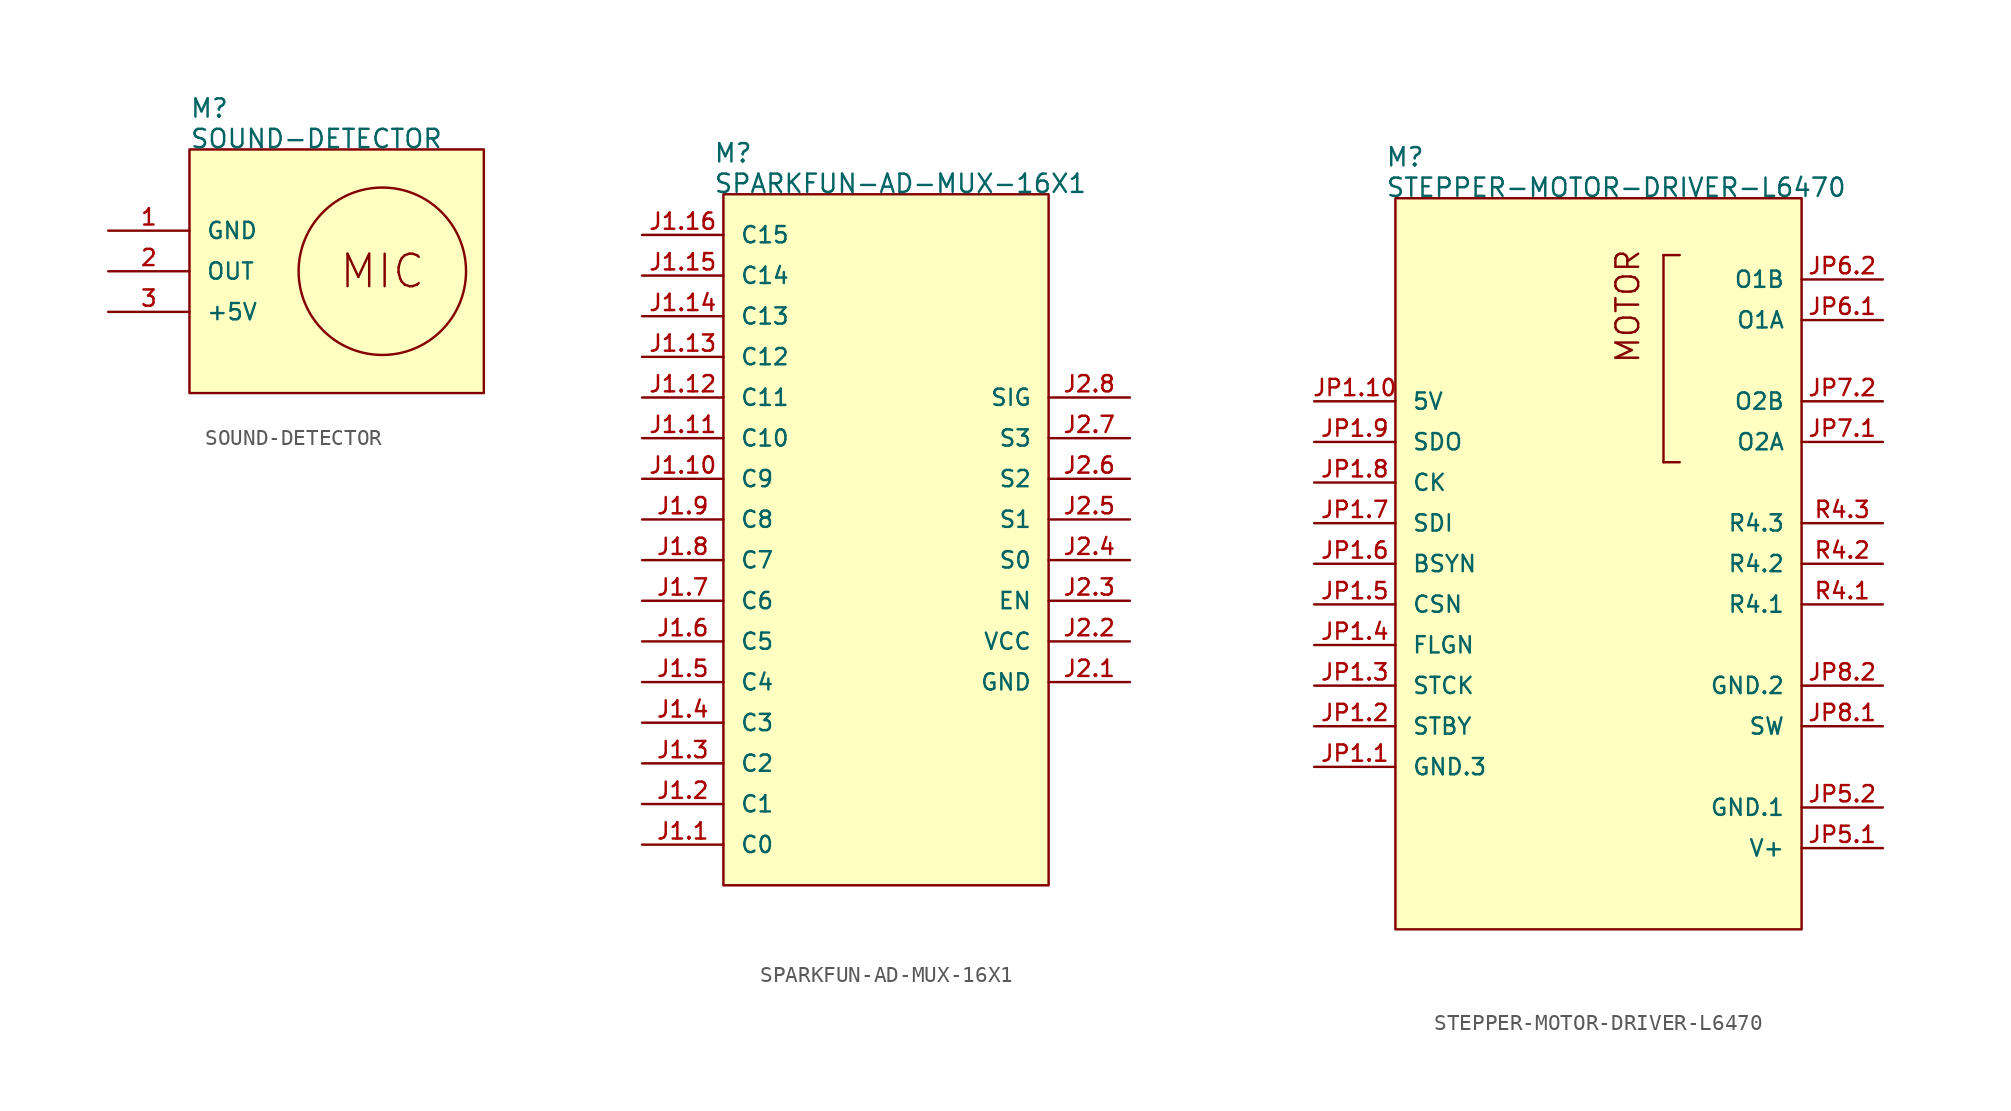
<source format=kicad_sym>
(kicad_symbol_lib
  (version 20211014)
  (generator kicad_symbol_editor)
  (symbol "SOUND-DETECTOR"
    (pin_names
      (offset 1.016))
    (property "Reference" "M"
      (at -5.08 9.525 0)
      (effects (font (size 1.143 1.143)) (justify left bottom)))
    (property "Value" "SOUND-DETECTOR"
      (at -5.08 7.62 0)
      (effects (font (size 1.143 1.143)) (justify left bottom)))
    (property "ki_locked" ""
      (at 0 0 0)
      (effects (font (size 1.27 1.27))))
    (symbol "SOUND-DETECTOR_1_0"
      (text "MIC" (at 6.985 0 0) (effects (font (size 2.032 2.032)))))
    (symbol "SOUND-DETECTOR_1_1"
      (rectangle (start -5.08 7.62) (end 13.335 -7.62) (stroke (width 0) (type default) (color 0 0 0 0)) (fill (type background)))
      (circle (center 6.985 0) (radius 5.236) (stroke (width 0) (type default) (color 0 0 0 0)) (fill (type none)))
      (pin power_in line (at -10.16 2.54 0) (length 5.08) (name "GND" (effects (font (size 1.016 1.016)))) (number "1" (effects (font (size 1.016 1.016)))))
      (pin output line (at -10.16 0 0) (length 5.08) (name "OUT" (effects (font (size 1.016 1.016)))) (number "2" (effects (font (size 1.016 1.016)))))
      (pin power_in line (at -10.16 -2.54 0) (length 5.08) (name "+5V" (effects (font (size 1.016 1.016)))) (number "3" (effects (font (size 1.016 1.016)))))))
  (symbol "SPARKFUN-AD-MUX-16X1"
    (pin_names
      (offset 1.016))
    (property "Reference" "M"
      (at -10.795 22.225 0)
      (effects (font (size 1.143 1.143)) (justify left bottom)))
    (property "Value" "SPARKFUN-AD-MUX-16X1"
      (at -10.795 20.32 0)
      (effects (font (size 1.143 1.143)) (justify left bottom)))
    (property "ki_locked" ""
      (at 0 0 0)
      (effects (font (size 1.27 1.27))))
    (symbol "SPARKFUN-AD-MUX-16X1_1_0"
      (rectangle (start -10.16 20.32) (end 10.16 -22.86) (stroke (width 0) (type default) (color 0 0 0 0)) (fill (type background))))
    (symbol "SPARKFUN-AD-MUX-16X1_1_1"
      (pin bidirectional line (at -15.24 -20.32 0) (length 5.08) (name "C0" (effects (font (size 1.016 1.016)))) (number "J1.1" (effects (font (size 1.016 1.016)))))
      (pin bidirectional line (at -15.24 2.54 0) (length 5.08) (name "C9" (effects (font (size 1.016 1.016)))) (number "J1.10" (effects (font (size 1.016 1.016)))))
      (pin bidirectional line (at -15.24 5.08 0) (length 5.08) (name "C10" (effects (font (size 1.016 1.016)))) (number "J1.11" (effects (font (size 1.016 1.016)))))
      (pin bidirectional line (at -15.24 7.62 0) (length 5.08) (name "C11" (effects (font (size 1.016 1.016)))) (number "J1.12" (effects (font (size 1.016 1.016)))))
      (pin bidirectional line (at -15.24 10.16 0) (length 5.08) (name "C12" (effects (font (size 1.016 1.016)))) (number "J1.13" (effects (font (size 1.016 1.016)))))
      (pin bidirectional line (at -15.24 12.7 0) (length 5.08) (name "C13" (effects (font (size 1.016 1.016)))) (number "J1.14" (effects (font (size 1.016 1.016)))))
      (pin bidirectional line (at -15.24 15.24 0) (length 5.08) (name "C14" (effects (font (size 1.016 1.016)))) (number "J1.15" (effects (font (size 1.016 1.016)))))
      (pin bidirectional line (at -15.24 17.78 0) (length 5.08) (name "C15" (effects (font (size 1.016 1.016)))) (number "J1.16" (effects (font (size 1.016 1.016)))))
      (pin bidirectional line (at -15.24 -17.78 0) (length 5.08) (name "C1" (effects (font (size 1.016 1.016)))) (number "J1.2" (effects (font (size 1.016 1.016)))))
      (pin bidirectional line (at -15.24 -15.24 0) (length 5.08) (name "C2" (effects (font (size 1.016 1.016)))) (number "J1.3" (effects (font (size 1.016 1.016)))))
      (pin bidirectional line (at -15.24 -12.7 0) (length 5.08) (name "C3" (effects (font (size 1.016 1.016)))) (number "J1.4" (effects (font (size 1.016 1.016)))))
      (pin bidirectional line (at -15.24 -10.16 0) (length 5.08) (name "C4" (effects (font (size 1.016 1.016)))) (number "J1.5" (effects (font (size 1.016 1.016)))))
      (pin bidirectional line (at -15.24 -7.62 0) (length 5.08) (name "C5" (effects (font (size 1.016 1.016)))) (number "J1.6" (effects (font (size 1.016 1.016)))))
      (pin bidirectional line (at -15.24 -5.08 0) (length 5.08) (name "C6" (effects (font (size 1.016 1.016)))) (number "J1.7" (effects (font (size 1.016 1.016)))))
      (pin bidirectional line (at -15.24 -2.54 0) (length 5.08) (name "C7" (effects (font (size 1.016 1.016)))) (number "J1.8" (effects (font (size 1.016 1.016)))))
      (pin bidirectional line (at -15.24 0 0) (length 5.08) (name "C8" (effects (font (size 1.016 1.016)))) (number "J1.9" (effects (font (size 1.016 1.016)))))
      (pin power_in line (at 15.24 -10.16 180) (length 5.08) (name "GND" (effects (font (size 1.016 1.016)))) (number "J2.1" (effects (font (size 1.016 1.016)))))
      (pin power_in line (at 15.24 -7.62 180) (length 5.08) (name "VCC" (effects (font (size 1.016 1.016)))) (number "J2.2" (effects (font (size 1.016 1.016)))))
      (pin input line (at 15.24 -5.08 180) (length 5.08) (name "EN" (effects (font (size 1.016 1.016)))) (number "J2.3" (effects (font (size 1.016 1.016)))))
      (pin bidirectional line (at 15.24 -2.54 180) (length 5.08) (name "S0" (effects (font (size 1.016 1.016)))) (number "J2.4" (effects (font (size 1.016 1.016)))))
      (pin bidirectional line (at 15.24 0 180) (length 5.08) (name "S1" (effects (font (size 1.016 1.016)))) (number "J2.5" (effects (font (size 1.016 1.016)))))
      (pin bidirectional line (at 15.24 2.54 180) (length 5.08) (name "S2" (effects (font (size 1.016 1.016)))) (number "J2.6" (effects (font (size 1.016 1.016)))))
      (pin bidirectional line (at 15.24 5.08 180) (length 5.08) (name "S3" (effects (font (size 1.016 1.016)))) (number "J2.7" (effects (font (size 1.016 1.016)))))
      (pin bidirectional line (at 15.24 7.62 180) (length 5.08) (name "SIG" (effects (font (size 1.016 1.016)))) (number "J2.8" (effects (font (size 1.016 1.016)))))))
  (symbol "STEPPER-MOTOR-DRIVER-L6470"
    (pin_names
      (offset 1.016))
    (property "Reference" "M"
      (at -13.335 24.765 0)
      (effects (font (size 1.143 1.143)) (justify left bottom)))
    (property "Value" "STEPPER-MOTOR-DRIVER-L6470"
      (at -13.335 22.86 0)
      (effects (font (size 1.143 1.143)) (justify left bottom)))
    (property "ki_locked" ""
      (at 0 0 0)
      (effects (font (size 1.27 1.27))))
    (symbol "STEPPER-MOTOR-DRIVER-L6470_1_0"
      (polyline (pts (xy 4.064 6.35) (xy 5.08 6.35)) (stroke (width 0) (type default) (color 0 0 0 0)) (fill (type none)))
      (polyline (pts (xy 4.064 19.304) (xy 4.064 6.35)) (stroke (width 0) (type default) (color 0 0 0 0)) (fill (type none)))
      (polyline (pts (xy 5.08 19.304) (xy 4.064 19.304)) (stroke (width 0) (type default) (color 0 0 0 0)) (fill (type none)))
      (text "MOTOR" (at 1.829 16.104 900) (effects (font (size 1.422 1.422)))))
    (symbol "STEPPER-MOTOR-DRIVER-L6470_1_1"
      (rectangle (start -12.7 22.86) (end 12.7 -22.86) (stroke (width 0) (type default) (color 0 0 0 0)) (fill (type background)))
      (pin power_in line (at -17.78 -12.7 0) (length 5.08) (name "GND.3" (effects (font (size 1.016 1.016)))) (number "JP1.1" (effects (font (size 1.016 1.016)))))
      (pin power_in line (at -17.78 10.16 0) (length 5.08) (name "5V" (effects (font (size 1.016 1.016)))) (number "JP1.10" (effects (font (size 1.016 1.016)))))
      (pin bidirectional line (at -17.78 -10.16 0) (length 5.08) (name "STBY" (effects (font (size 1.016 1.016)))) (number "JP1.2" (effects (font (size 1.016 1.016)))))
      (pin bidirectional line (at -17.78 -7.62 0) (length 5.08) (name "STCK" (effects (font (size 1.016 1.016)))) (number "JP1.3" (effects (font (size 1.016 1.016)))))
      (pin bidirectional line (at -17.78 -5.08 0) (length 5.08) (name "FLGN" (effects (font (size 1.016 1.016)))) (number "JP1.4" (effects (font (size 1.016 1.016)))))
      (pin bidirectional line (at -17.78 -2.54 0) (length 5.08) (name "CSN" (effects (font (size 1.016 1.016)))) (number "JP1.5" (effects (font (size 1.016 1.016)))))
      (pin bidirectional line (at -17.78 0 0) (length 5.08) (name "BSYN" (effects (font (size 1.016 1.016)))) (number "JP1.6" (effects (font (size 1.016 1.016)))))
      (pin bidirectional line (at -17.78 2.54 0) (length 5.08) (name "SDI" (effects (font (size 1.016 1.016)))) (number "JP1.7" (effects (font (size 1.016 1.016)))))
      (pin bidirectional line (at -17.78 5.08 0) (length 5.08) (name "CK" (effects (font (size 1.016 1.016)))) (number "JP1.8" (effects (font (size 1.016 1.016)))))
      (pin bidirectional line (at -17.78 7.62 0) (length 5.08) (name "SDO" (effects (font (size 1.016 1.016)))) (number "JP1.9" (effects (font (size 1.016 1.016)))))
      (pin power_in line (at 17.78 -17.78 180) (length 5.08) (name "V+" (effects (font (size 1.016 1.016)))) (number "JP5.1" (effects (font (size 1.016 1.016)))))
      (pin power_in line (at 17.78 -15.24 180) (length 5.08) (name "GND.1" (effects (font (size 1.016 1.016)))) (number "JP5.2" (effects (font (size 1.016 1.016)))))
      (pin output line (at 17.78 15.24 180) (length 5.08) (name "O1A" (effects (font (size 1.016 1.016)))) (number "JP6.1" (effects (font (size 1.016 1.016)))))
      (pin output line (at 17.78 17.78 180) (length 5.08) (name "O1B" (effects (font (size 1.016 1.016)))) (number "JP6.2" (effects (font (size 1.016 1.016)))))
      (pin output line (at 17.78 7.62 180) (length 5.08) (name "O2A" (effects (font (size 1.016 1.016)))) (number "JP7.1" (effects (font (size 1.016 1.016)))))
      (pin output line (at 17.78 10.16 180) (length 5.08) (name "O2B" (effects (font (size 1.016 1.016)))) (number "JP7.2" (effects (font (size 1.016 1.016)))))
      (pin bidirectional line (at 17.78 -10.16 180) (length 5.08) (name "SW" (effects (font (size 1.016 1.016)))) (number "JP8.1" (effects (font (size 1.016 1.016)))))
      (pin bidirectional line (at 17.78 -7.62 180) (length 5.08) (name "GND.2" (effects (font (size 1.016 1.016)))) (number "JP8.2" (effects (font (size 1.016 1.016)))))
      (pin passive line (at 17.78 -2.54 180) (length 5.08) (name "R4.1" (effects (font (size 1.016 1.016)))) (number "R4.1" (effects (font (size 1.016 1.016)))))
      (pin passive line (at 17.78 0 180) (length 5.08) (name "R4.2" (effects (font (size 1.016 1.016)))) (number "R4.2" (effects (font (size 1.016 1.016)))))
      (pin passive line (at 17.78 2.54 180) (length 5.08) (name "R4.3" (effects (font (size 1.016 1.016)))) (number "R4.3" (effects (font (size 1.016 1.016))))))))
</source>
